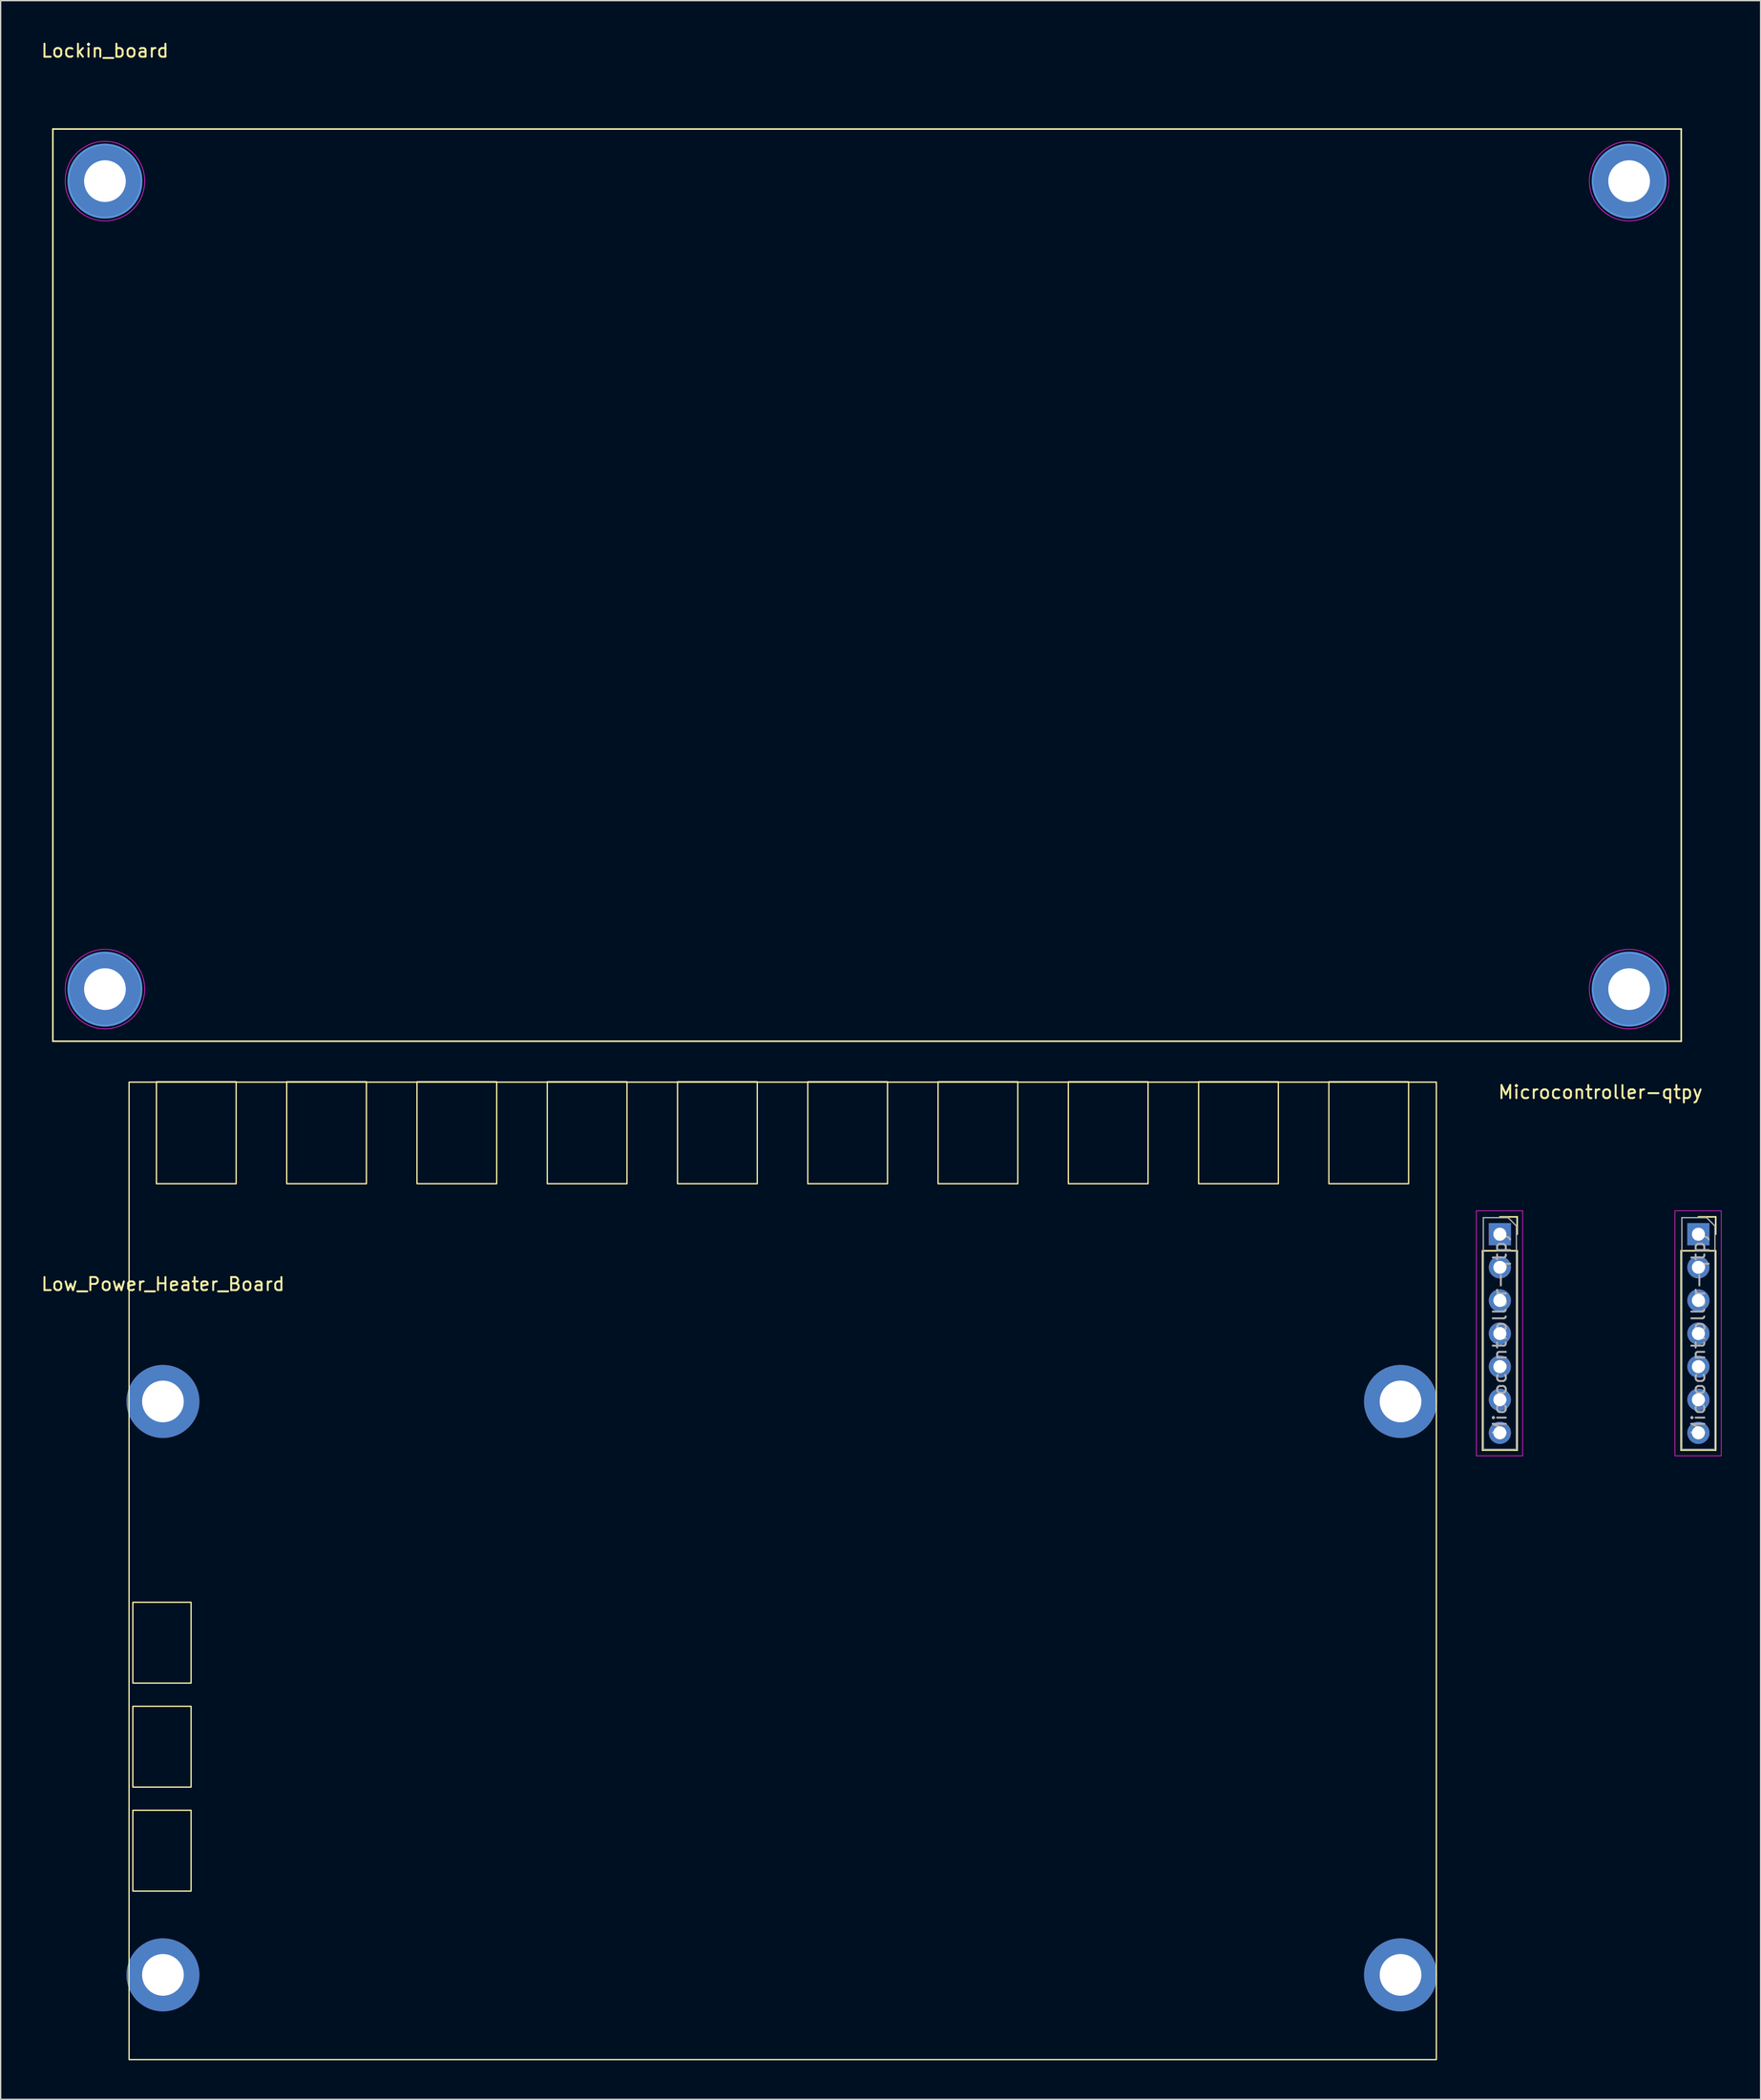
<source format=kicad_pcb>
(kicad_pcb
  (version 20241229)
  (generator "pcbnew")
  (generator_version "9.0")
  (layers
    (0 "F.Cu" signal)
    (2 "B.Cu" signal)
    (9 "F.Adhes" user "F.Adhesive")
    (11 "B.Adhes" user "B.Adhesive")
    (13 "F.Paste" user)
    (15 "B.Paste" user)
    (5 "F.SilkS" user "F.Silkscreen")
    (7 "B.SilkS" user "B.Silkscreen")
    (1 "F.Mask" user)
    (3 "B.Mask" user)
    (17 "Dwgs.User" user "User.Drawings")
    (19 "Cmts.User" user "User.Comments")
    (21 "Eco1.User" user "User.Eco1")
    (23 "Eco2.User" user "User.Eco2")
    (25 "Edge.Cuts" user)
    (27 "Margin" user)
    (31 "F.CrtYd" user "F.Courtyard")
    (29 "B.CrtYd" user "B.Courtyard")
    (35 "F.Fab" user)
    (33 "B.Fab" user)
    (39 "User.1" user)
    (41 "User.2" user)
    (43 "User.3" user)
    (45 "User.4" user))
  (footprint "Microcontroller-qtpy"
    (layer "F.Cu")
    (at 119.703 91.656)
    (property "Reference" "Microcontroller-qtpy" (at 0.1 -10.9 0) (unlocked yes) (layer "F.SilkS") (effects (font (size 1 1) (thickness 0.15))))
    (attr through_hole)
    (fp_line (start -8.95 1.27) (end -8.95 16.57) (stroke (width 0.12) (type solid)) (layer "F.SilkS"))
    (fp_line (start -8.95 1.27) (end -6.29 1.27) (stroke (width 0.12) (type solid)) (layer "F.SilkS"))
    (fp_line (start -8.95 16.57) (end -6.29 16.57) (stroke (width 0.12) (type solid)) (layer "F.SilkS"))
    (fp_line (start -7.62 -1.33) (end -6.29 -1.33) (stroke (width 0.12) (type solid)) (layer "F.SilkS"))
    (fp_line (start -6.29 -1.33) (end -6.29 0) (stroke (width 0.12) (type solid)) (layer "F.SilkS"))
    (fp_line (start -6.29 1.27) (end -6.29 16.57) (stroke (width 0.12) (type solid)) (layer "F.SilkS"))
    (fp_line (start 6.29 1.27) (end 6.29 16.57) (stroke (width 0.12) (type solid)) (layer "F.SilkS"))
    (fp_line (start 6.29 1.27) (end 8.95 1.27) (stroke (width 0.12) (type solid)) (layer "F.SilkS"))
    (fp_line (start 6.29 16.57) (end 8.95 16.57) (stroke (width 0.12) (type solid)) (layer "F.SilkS"))
    (fp_line (start 7.62 -1.33) (end 8.95 -1.33) (stroke (width 0.12) (type solid)) (layer "F.SilkS"))
    (fp_line (start 8.95 -1.33) (end 8.95 0) (stroke (width 0.12) (type solid)) (layer "F.SilkS"))
    (fp_line (start 8.95 1.27) (end 8.95 16.57) (stroke (width 0.12) (type solid)) (layer "F.SilkS"))
    (fp_line (start -9.42 -1.8) (end -5.87 -1.8) (stroke (width 0.05) (type solid)) (layer "F.CrtYd"))
    (fp_line (start -9.42 17) (end -9.42 -1.8) (stroke (width 0.05) (type solid)) (layer "F.CrtYd"))
    (fp_line (start -5.87 -1.8) (end -5.87 17) (stroke (width 0.05) (type solid)) (layer "F.CrtYd"))
    (fp_line (start -5.87 17) (end -9.42 17) (stroke (width 0.05) (type solid)) (layer "F.CrtYd"))
    (fp_line (start 5.82 -1.8) (end 9.37 -1.8) (stroke (width 0.05) (type solid)) (layer "F.CrtYd"))
    (fp_line (start 5.82 17) (end 5.82 -1.8) (stroke (width 0.05) (type solid)) (layer "F.CrtYd"))
    (fp_line (start 9.37 -1.8) (end 9.37 17) (stroke (width 0.05) (type solid)) (layer "F.CrtYd"))
    (fp_line (start 9.37 17) (end 5.82 17) (stroke (width 0.05) (type solid)) (layer "F.CrtYd"))
    (fp_line (start -8.89 -1.27) (end -6.985 -1.27) (stroke (width 0.1) (type solid)) (layer "F.Fab"))
    (fp_line (start -8.89 16.51) (end -8.89 -1.27) (stroke (width 0.1) (type solid)) (layer "F.Fab"))
    (fp_line (start -6.985 -1.27) (end -6.35 -0.635) (stroke (width 0.1) (type solid)) (layer "F.Fab"))
    (fp_line (start -6.35 -0.635) (end -6.35 16.51) (stroke (width 0.1) (type solid)) (layer "F.Fab"))
    (fp_line (start -6.35 16.51) (end -8.89 16.51) (stroke (width 0.1) (type solid)) (layer "F.Fab"))
    (fp_line (start 6.35 -1.27) (end 8.255 -1.27) (stroke (width 0.1) (type solid)) (layer "F.Fab"))
    (fp_line (start 6.35 16.51) (end 6.35 -1.27) (stroke (width 0.1) (type solid)) (layer "F.Fab"))
    (fp_line (start 8.255 -1.27) (end 8.89 -0.635) (stroke (width 0.1) (type solid)) (layer "F.Fab"))
    (fp_line (start 8.89 -0.635) (end 8.89 16.51) (stroke (width 0.1) (type solid)) (layer "F.Fab"))
    (fp_line (start 8.89 16.51) (end 6.35 16.51) (stroke (width 0.1) (type solid)) (layer "F.Fab"))
    (fp_text user "${REFERENCE}" (at 7.62 7.62 90) (layer "F.Fab") (effects (font (size 1 1) (thickness 0.15))))
    (fp_text user "${REFERENCE}" (at -7.62 7.62 90) (layer "F.Fab") (effects (font (size 1 1) (thickness 0.15))))
    (pad "1" thru_hole rect (at -7.62 0) (size 1.7 1.7) (drill 1) (layers "*.Cu" "*.Mask"))
    (pad "2" thru_hole oval (at -7.62 2.54) (size 1.7 1.7) (drill 1) (layers "*.Cu" "*.Mask"))
    (pad "3" thru_hole oval (at -7.62 5.08) (size 1.7 1.7) (drill 1) (layers "*.Cu" "*.Mask"))
    (pad "4" thru_hole oval (at -7.62 7.62) (size 1.7 1.7) (drill 1) (layers "*.Cu" "*.Mask"))
    (pad "5" thru_hole oval (at -7.62 10.16) (size 1.7 1.7) (drill 1) (layers "*.Cu" "*.Mask"))
    (pad "6" thru_hole oval (at -7.62 12.7) (size 1.7 1.7) (drill 1) (layers "*.Cu" "*.Mask"))
    (pad "7" thru_hole oval (at -7.62 15.24) (size 1.7 1.7) (drill 1) (layers "*.Cu" "*.Mask"))
    (pad "8" thru_hole rect (at 7.62 0) (size 1.7 1.7) (drill 1) (layers "*.Cu" "*.Mask"))
    (pad "9" thru_hole oval (at 7.62 2.54) (size 1.7 1.7) (drill 1) (layers "*.Cu" "*.Mask"))
    (pad "10" thru_hole oval (at 7.62 5.08) (size 1.7 1.7) (drill 1) (layers "*.Cu" "*.Mask"))
    (pad "11" thru_hole oval (at 7.62 7.62) (size 1.7 1.7) (drill 1) (layers "*.Cu" "*.Mask"))
    (pad "12" thru_hole oval (at 7.62 10.16) (size 1.7 1.7) (drill 1) (layers "*.Cu" "*.Mask"))
    (pad "13" thru_hole oval (at 7.62 12.7 90) (size 1.7 1.7) (drill 1) (layers "*.Cu" "*.Mask"))
    (pad "14" thru_hole oval (at 7.62 15.24) (size 1.7 1.7) (drill 1) (layers "*.Cu" "*.Mask")))
  (footprint "Low_Power_Heater_Board"
    (layer "F.Cu")
    (at 9.458 104.488)
    (property "Reference" "Low_Power_Heater_Board" (at 0 -9 0) (unlocked yes) (layer "F.SilkS") (effects (font (size 1 1) (thickness 0.15))))
    (attr through_hole)
    (fp_rect (start -2.6 -24.5) (end 97.75 50.5) (stroke (width 0.1) (type default)) (fill no) (layer "F.SilkS"))
    (fp_rect (start -2.31 15.41) (end 2.16 21.61) (stroke (width 0.1) (type default)) (fill no) (layer "F.SilkS"))
    (fp_rect (start -2.31 23.39) (end 2.16 29.59) (stroke (width 0.1) (type default)) (fill no) (layer "F.SilkS"))
    (fp_rect (start -2.31 31.37) (end 2.16 37.57) (stroke (width 0.1) (type default)) (fill no) (layer "F.SilkS"))
    (fp_rect (start -0.5 -24.53) (end 5.62 -16.71) (stroke (width 0.1) (type default)) (fill no) (layer "F.SilkS"))
    (fp_rect (start 9.5 -24.53) (end 15.62 -16.71) (stroke (width 0.1) (type default)) (fill no) (layer "F.SilkS"))
    (fp_rect (start 19.5 -24.53) (end 25.62 -16.71) (stroke (width 0.1) (type default)) (fill no) (layer "F.SilkS"))
    (fp_rect (start 29.5 -24.53) (end 35.62 -16.71) (stroke (width 0.1) (type default)) (fill no) (layer "F.SilkS"))
    (fp_rect (start 39.5 -24.53) (end 45.62 -16.71) (stroke (width 0.1) (type default)) (fill no) (layer "F.SilkS"))
    (fp_rect (start 49.5 -24.53) (end 55.62 -16.71) (stroke (width 0.1) (type default)) (fill no) (layer "F.SilkS"))
    (fp_rect (start 59.5 -24.53) (end 65.62 -16.71) (stroke (width 0.1) (type default)) (fill no) (layer "F.SilkS"))
    (fp_rect (start 69.5 -24.53) (end 75.62 -16.71) (stroke (width 0.1) (type default)) (fill no) (layer "F.SilkS"))
    (fp_rect (start 79.5 -24.53) (end 85.62 -16.71) (stroke (width 0.1) (type default)) (fill no) (layer "F.SilkS"))
    (fp_rect (start 89.5 -24.53) (end 95.62 -16.71) (stroke (width 0.1) (type default)) (fill no) (layer "F.SilkS"))
    (pad "0" thru_hole circle (at 0 0) (size 5.6 5.6) (drill 3.2) (layers "*.Cu" "*.Mask"))
    (pad "0" thru_hole circle (at 0 44) (size 5.6 5.6) (drill 3.2) (layers "*.Cu" "*.Mask"))
    (pad "0" thru_hole circle (at 95 0) (size 5.6 5.6) (drill 3.2) (layers "*.Cu" "*.Mask"))
    (pad "0" thru_hole circle (at 95 44) (size 5.6 5.6) (drill 3.2) (layers "*.Cu" "*.Mask")))
  (footprint "Lockin_board"
    (layer "F.Cu")
    (at 5.006 10.848)
    (property "Reference" "Lockin_board" (at 0 -10 0) (unlocked yes) (layer "F.SilkS") (effects (font (size 1 1) (thickness 0.15))))
    (attr through_hole)
    (fp_line (start -4 -4) (end -4 66) (stroke (width 0.12) (type default)) (layer "F.SilkS"))
    (fp_line (start -4 -4) (end 121 -4) (stroke (width 0.12) (type default)) (layer "F.SilkS"))
    (fp_line (start -4 66) (end 121 66) (stroke (width 0.12) (type default)) (layer "F.SilkS"))
    (fp_line (start 121 -4) (end 121 66) (stroke (width 0.12) (type default)) (layer "F.SilkS"))
    (fp_circle (center 0 0) (end 2.8 0) (stroke (width 0.15) (type solid)) (fill no) (layer "Cmts.User"))
    (fp_circle (center 0 62) (end 2.8 62) (stroke (width 0.15) (type solid)) (fill no) (layer "Cmts.User"))
    (fp_circle (center 117 0) (end 119.8 0) (stroke (width 0.15) (type solid)) (fill no) (layer "Cmts.User"))
    (fp_circle (center 117 62) (end 119.8 62) (stroke (width 0.15) (type solid)) (fill no) (layer "Cmts.User"))
    (fp_circle (center 0 0) (end 3.05 0) (stroke (width 0.05) (type solid)) (fill no) (layer "F.CrtYd"))
    (fp_circle (center 0 62) (end 3.05 62) (stroke (width 0.05) (type solid)) (fill no) (layer "F.CrtYd"))
    (fp_circle (center 117 0) (end 120.05 0) (stroke (width 0.05) (type solid)) (fill no) (layer "F.CrtYd"))
    (fp_circle (center 117 62) (end 120.05 62) (stroke (width 0.05) (type solid)) (fill no) (layer "F.CrtYd"))
    (pad "1" thru_hole circle (at 0 0) (size 5.6 5.6) (drill 3.2) (layers "*.Cu" "*.Mask"))
    (pad "1" thru_hole circle (at 0 62) (size 5.6 5.6) (drill 3.2) (layers "*.Cu" "*.Mask"))
    (pad "1" thru_hole circle (at 117 0) (size 5.6 5.6) (drill 3.2) (layers "*.Cu" "*.Mask"))
    (pad "1" thru_hole circle (at 117 62) (size 5.6 5.6) (drill 3.2) (layers "*.Cu" "*.Mask")))
  (gr_rect
    (start -3 -3)
    (end 132.098 158.038)
    (stroke (width 0.1) (type default))
    (fill no)
    (layer "Edge.Cuts")))
</source>
